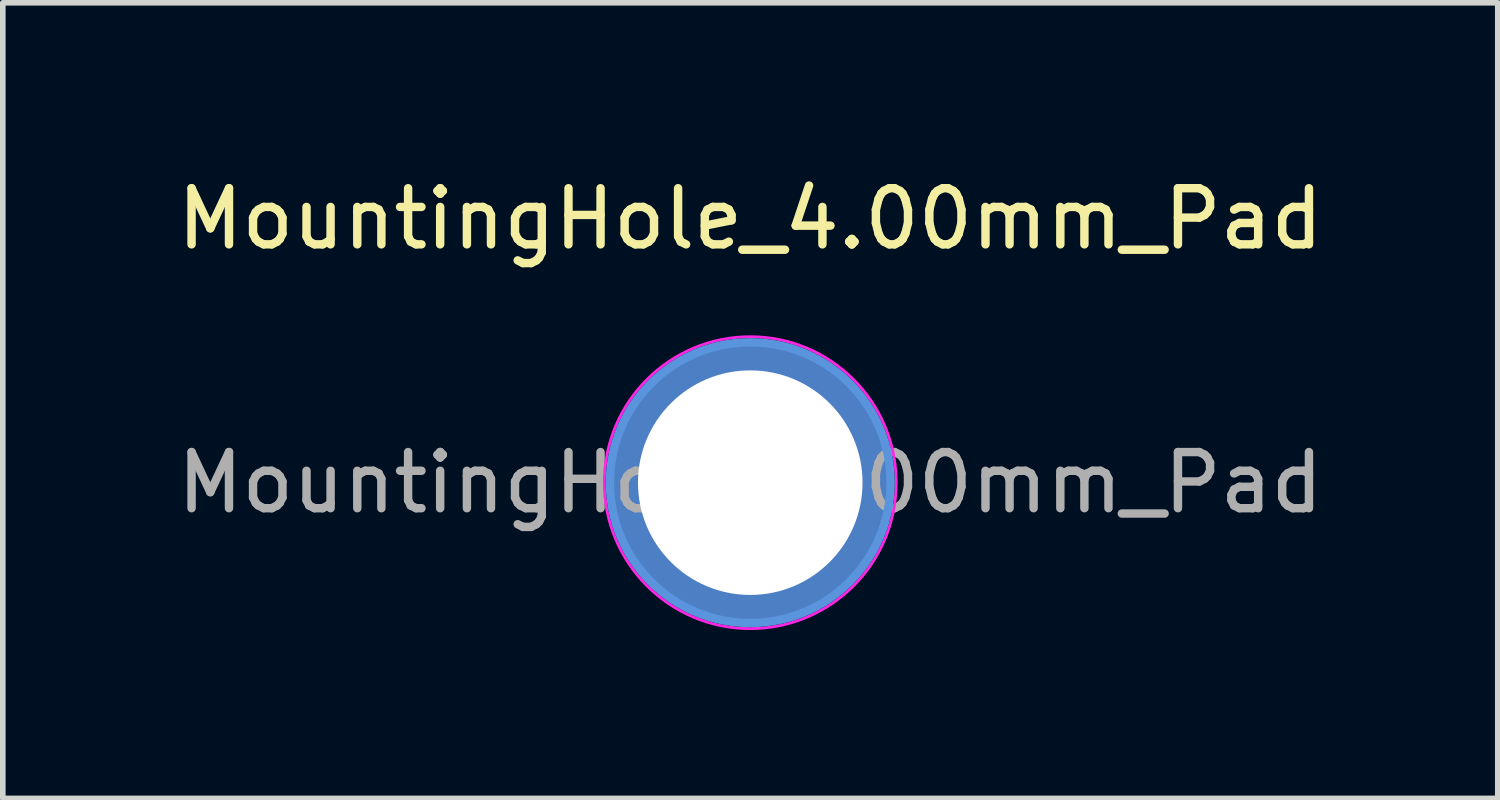
<source format=kicad_pcb>
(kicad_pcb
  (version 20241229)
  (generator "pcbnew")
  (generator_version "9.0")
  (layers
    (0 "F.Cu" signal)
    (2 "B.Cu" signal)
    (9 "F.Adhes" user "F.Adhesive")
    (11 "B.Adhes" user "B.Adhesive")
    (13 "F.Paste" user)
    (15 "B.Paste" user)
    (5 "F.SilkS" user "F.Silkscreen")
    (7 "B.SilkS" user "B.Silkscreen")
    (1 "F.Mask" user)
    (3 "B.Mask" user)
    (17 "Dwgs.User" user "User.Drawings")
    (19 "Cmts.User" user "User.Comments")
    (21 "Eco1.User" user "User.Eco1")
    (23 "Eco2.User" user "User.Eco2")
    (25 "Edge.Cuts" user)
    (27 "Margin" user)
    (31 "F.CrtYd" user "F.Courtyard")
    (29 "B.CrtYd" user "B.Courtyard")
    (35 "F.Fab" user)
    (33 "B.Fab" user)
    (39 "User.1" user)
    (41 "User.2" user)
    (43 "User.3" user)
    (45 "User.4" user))
  (footprint "MountingHole_4.00mm_Pad"
    (layer "F.Cu")
    (at 10.315 5.548)
    (property "Reference" "MountingHole_4.00mm_Pad" (at 0 -4.7 0) (layer "F.SilkS") (effects (font (size 1 1) (thickness 0.15))))
    (attr exclude_from_pos_files exclude_from_bom)
    (fp_circle (center 0 0) (end 2.5 0) (stroke (width 0.15) (type solid)) (fill no) (layer "Cmts.User"))
    (fp_circle (center 0 0) (end 2.6 0) (stroke (width 0.05) (type solid)) (fill no) (layer "F.CrtYd"))
    (fp_text user "${REFERENCE}" (at 0 0 0) (layer "F.Fab") (effects (font (size 1 1) (thickness 0.15))))
    (pad "1" thru_hole circle (at 0 0) (size 5 5) (drill 4) (layers "*.Cu" "*.Mask")))
  (gr_rect
    (start -3 -3)
    (end 23.631 11.173)
    (stroke (width 0.1) (type default))
    (fill no)
    (layer "Edge.Cuts")))
</source>
